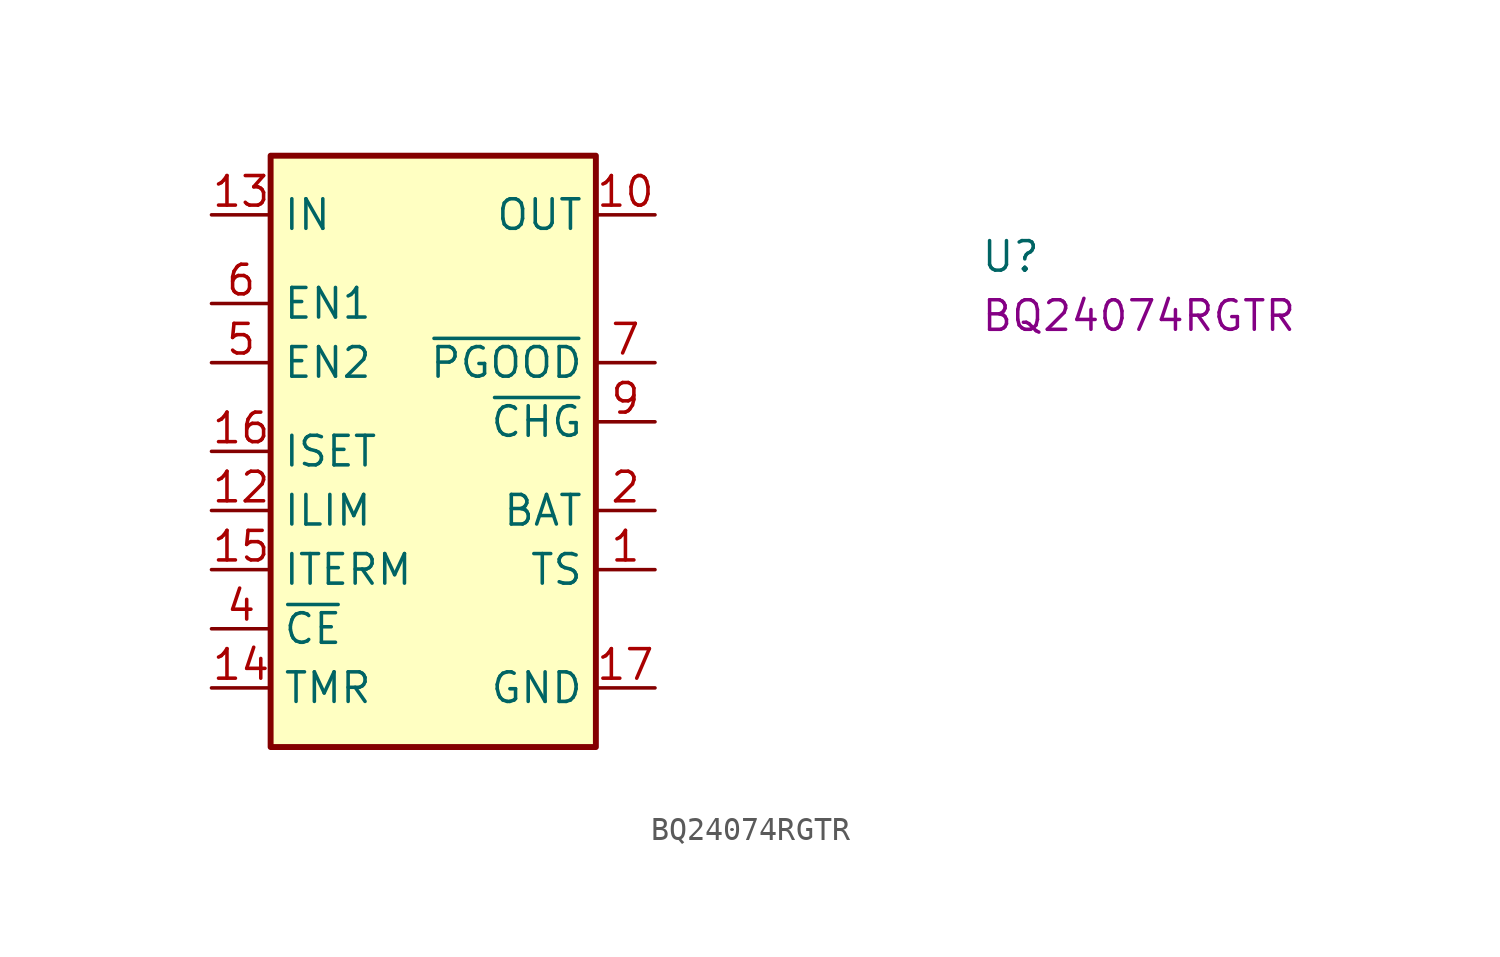
<source format=kicad_sym>
(kicad_symbol_lib
  (version 20220914)
  (generator kicad_symbol_editor)
  (symbol "BQ24074RGTR"
    (property "Reference" "U"
      (at 33.02 -2.54 0)
      (effects (font (size 1.27 1.27) (thickness 0.15)) (justify left bottom)))
    (property "MPN" "BQ24074RGTR"
      (at 33.02 -5.08 0)
      (effects (font (size 1.27 1.27) (thickness 0.15)) (justify left bottom)))
    (symbol "BQ24074RGTR_1_1"
      (rectangle (start 2.54 2.54) (end 16.51 -22.86) (stroke (width 0.254) (type default)) (fill (type background)))
      (pin input line (at 19.05 -15.24 180) (length 2.54) (name "TS" (effects (font (size 1.27 1.27)))) (number "1" (effects (font (size 1.27 1.27)))))
      (pin passive line (at 19.05 0 180) (length 2.54) (name "OUT" (effects (font (size 1.27 1.27)))) (number "10" (effects (font (size 1.27 1.27)))))
      (pin passive line (at 19.05 0 180) (length 2.54) hide (name "OUT" (effects (font (size 1.27 1.27)))) (number "11" (effects (font (size 1.27 1.27)))))
      (pin input line (at 0 -12.7 0) (length 2.54) (name "ILIM" (effects (font (size 1.27 1.27)))) (number "12" (effects (font (size 1.27 1.27)))))
      (pin power_in line (at 0 0 0) (length 2.54) (name "IN" (effects (font (size 1.27 1.27)))) (number "13" (effects (font (size 1.27 1.27)))))
      (pin input line (at 0 -20.32 0) (length 2.54) (name "TMR" (effects (font (size 1.27 1.27)))) (number "14" (effects (font (size 1.27 1.27)))))
      (pin input line (at 0 -15.24 0) (length 2.54) (name "ITERM" (effects (font (size 1.27 1.27)))) (number "15" (effects (font (size 1.27 1.27)))))
      (pin bidirectional line (at 0 -10.16 0) (length 2.54) (name "ISET" (effects (font (size 1.27 1.27)))) (number "16" (effects (font (size 1.27 1.27)))))
      (pin passive line (at 19.05 -20.32 180) (length 2.54) (name "GND" (effects (font (size 1.27 1.27)))) (number "17" (effects (font (size 1.27 1.27)))))
      (pin passive line (at 19.05 -12.7 180) (length 2.54) (name "BAT" (effects (font (size 1.27 1.27)))) (number "2" (effects (font (size 1.27 1.27)))))
      (pin passive line (at 19.05 -12.7 180) (length 2.54) hide (name "BAT" (effects (font (size 1.27 1.27)))) (number "3" (effects (font (size 1.27 1.27)))))
      (pin input line (at 0 -17.78 0) (length 2.54) (name "~{CE}" (effects (font (size 1.27 1.27)))) (number "4" (effects (font (size 1.27 1.27)))))
      (pin input line (at 0 -6.35 0) (length 2.54) (name "EN2" (effects (font (size 1.27 1.27)))) (number "5" (effects (font (size 1.27 1.27)))))
      (pin input line (at 0 -3.81 0) (length 2.54) (name "EN1" (effects (font (size 1.27 1.27)))) (number "6" (effects (font (size 1.27 1.27)))))
      (pin output line (at 19.05 -6.35 180) (length 2.54) (name "~{PGOOD}" (effects (font (size 1.27 1.27)))) (number "7" (effects (font (size 1.27 1.27)))))
      (pin passive line (at 19.05 -20.32 180) (length 2.54) hide (name "GND" (effects (font (size 1.27 1.27)))) (number "8" (effects (font (size 1.27 1.27)))))
      (pin output line (at 19.05 -8.89 180) (length 2.54) (name "~{CHG}" (effects (font (size 1.27 1.27)))) (number "9" (effects (font (size 1.27 1.27))))))))
</source>
